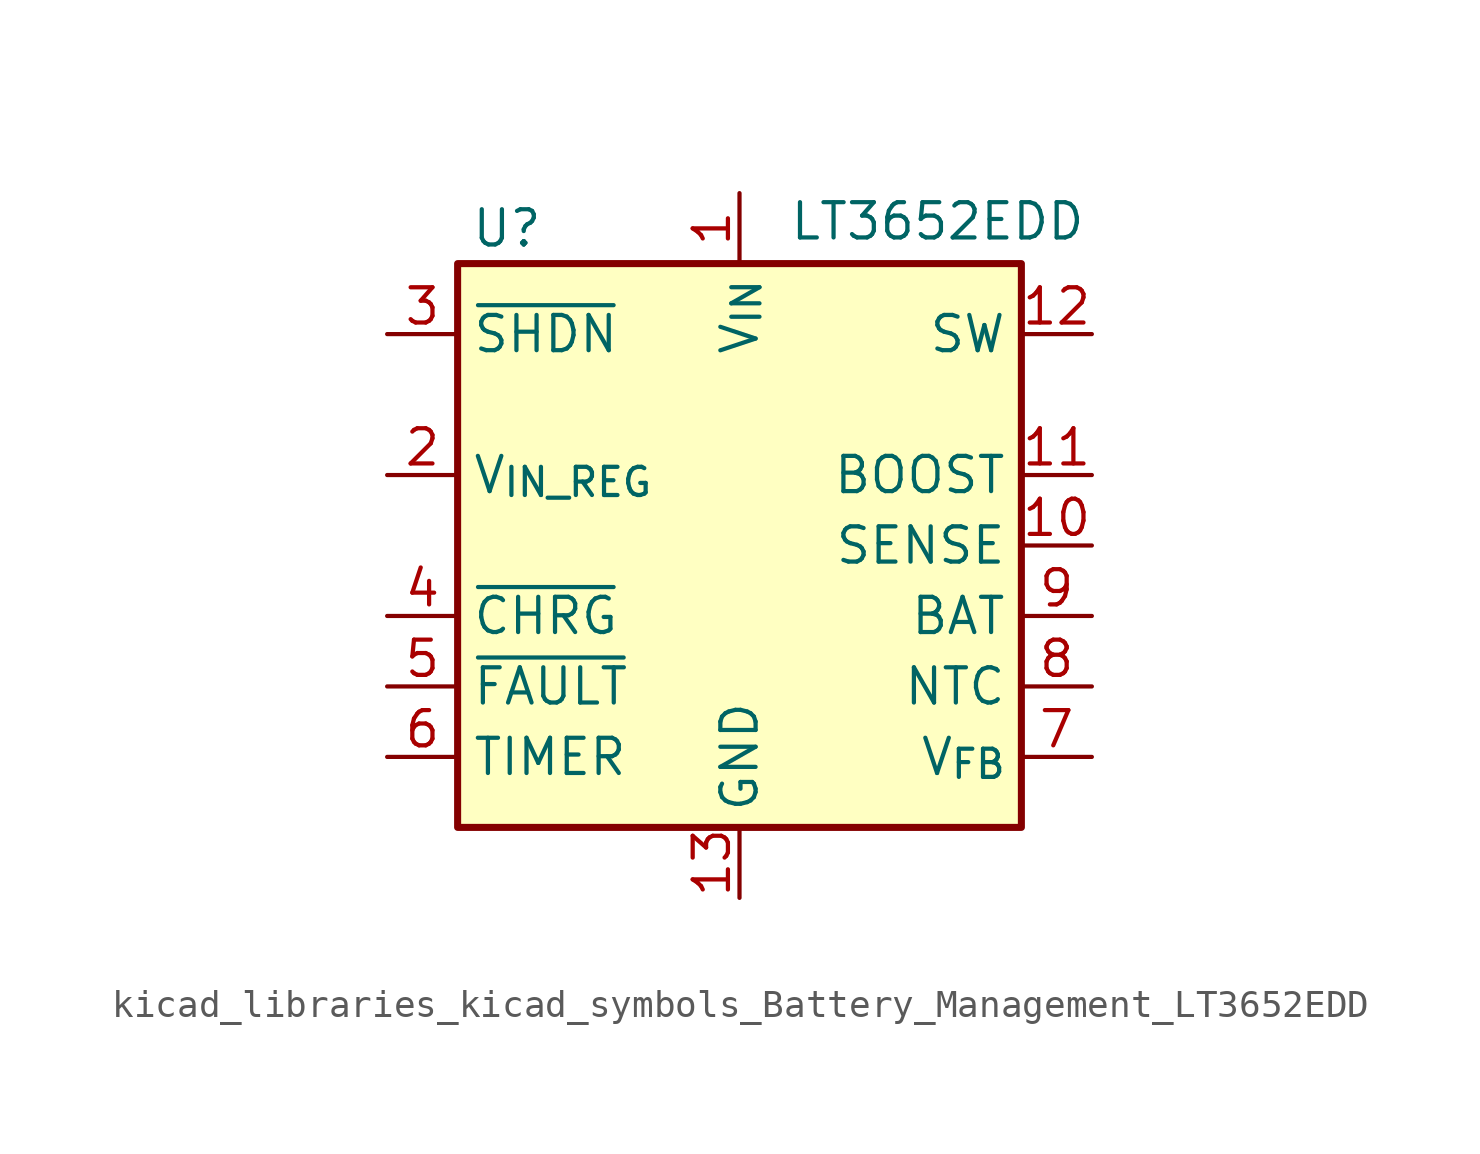
<source format=kicad_sym>
(kicad_symbol_lib
  (version 20220914)
  (generator kicad_symbol_editor)
  (symbol "kicad_libraries_kicad_symbols_Battery_Management_LT3652EDD"
    (property "Reference" "U"
      (at -8.382 11.43 0)
      (effects (font (size 1.27 1.27))))
    (property "Value" "LT3652EDD"
      (at 1.778 11.684 0)
      (effects (font (size 1.27 1.27)) (justify left)))
    (symbol "kicad_libraries_kicad_symbols_Battery_Management_LT3652EDD_0_1"
      (rectangle (start -10.16 10.16) (end 10.16 -10.16) (stroke (width 0.254) (type default)) (fill (type background))))
    (symbol "kicad_libraries_kicad_symbols_Battery_Management_LT3652EDD_1_1"
      (pin power_in line (at 0 12.7 270) (length 2.54) (name "V_{IN}" (effects (font (size 1.27 1.27)))) (number "1" (effects (font (size 1.27 1.27)))))
      (pin input line (at 12.7 0 180) (length 2.54) (name "SENSE" (effects (font (size 1.27 1.27)))) (number "10" (effects (font (size 1.27 1.27)))))
      (pin input line (at 12.7 2.54 180) (length 2.54) (name "BOOST" (effects (font (size 1.27 1.27)))) (number "11" (effects (font (size 1.27 1.27)))))
      (pin output line (at 12.7 7.62 180) (length 2.54) (name "SW" (effects (font (size 1.27 1.27)))) (number "12" (effects (font (size 1.27 1.27)))))
      (pin power_in line (at 0 -12.7 90) (length 2.54) (name "GND" (effects (font (size 1.27 1.27)))) (number "13" (effects (font (size 1.27 1.27)))))
      (pin input line (at -12.7 2.54 0) (length 2.54) (name "V_{IN_REG}" (effects (font (size 1.27 1.27)))) (number "2" (effects (font (size 1.27 1.27)))))
      (pin input line (at -12.7 7.62 0) (length 2.54) (name "~{SHDN}" (effects (font (size 1.27 1.27)))) (number "3" (effects (font (size 1.27 1.27)))))
      (pin open_collector line (at -12.7 -2.54 0) (length 2.54) (name "~{CHRG}" (effects (font (size 1.27 1.27)))) (number "4" (effects (font (size 1.27 1.27)))))
      (pin open_collector line (at -12.7 -5.08 0) (length 2.54) (name "~{FAULT}" (effects (font (size 1.27 1.27)))) (number "5" (effects (font (size 1.27 1.27)))))
      (pin output line (at -12.7 -7.62 0) (length 2.54) (name "TIMER" (effects (font (size 1.27 1.27)))) (number "6" (effects (font (size 1.27 1.27)))))
      (pin input line (at 12.7 -7.62 180) (length 2.54) (name "V_{FB}" (effects (font (size 1.27 1.27)))) (number "7" (effects (font (size 1.27 1.27)))))
      (pin input line (at 12.7 -5.08 180) (length 2.54) (name "NTC" (effects (font (size 1.27 1.27)))) (number "8" (effects (font (size 1.27 1.27)))))
      (pin output line (at 12.7 -2.54 180) (length 2.54) (name "BAT" (effects (font (size 1.27 1.27)))) (number "9" (effects (font (size 1.27 1.27))))))))
</source>
